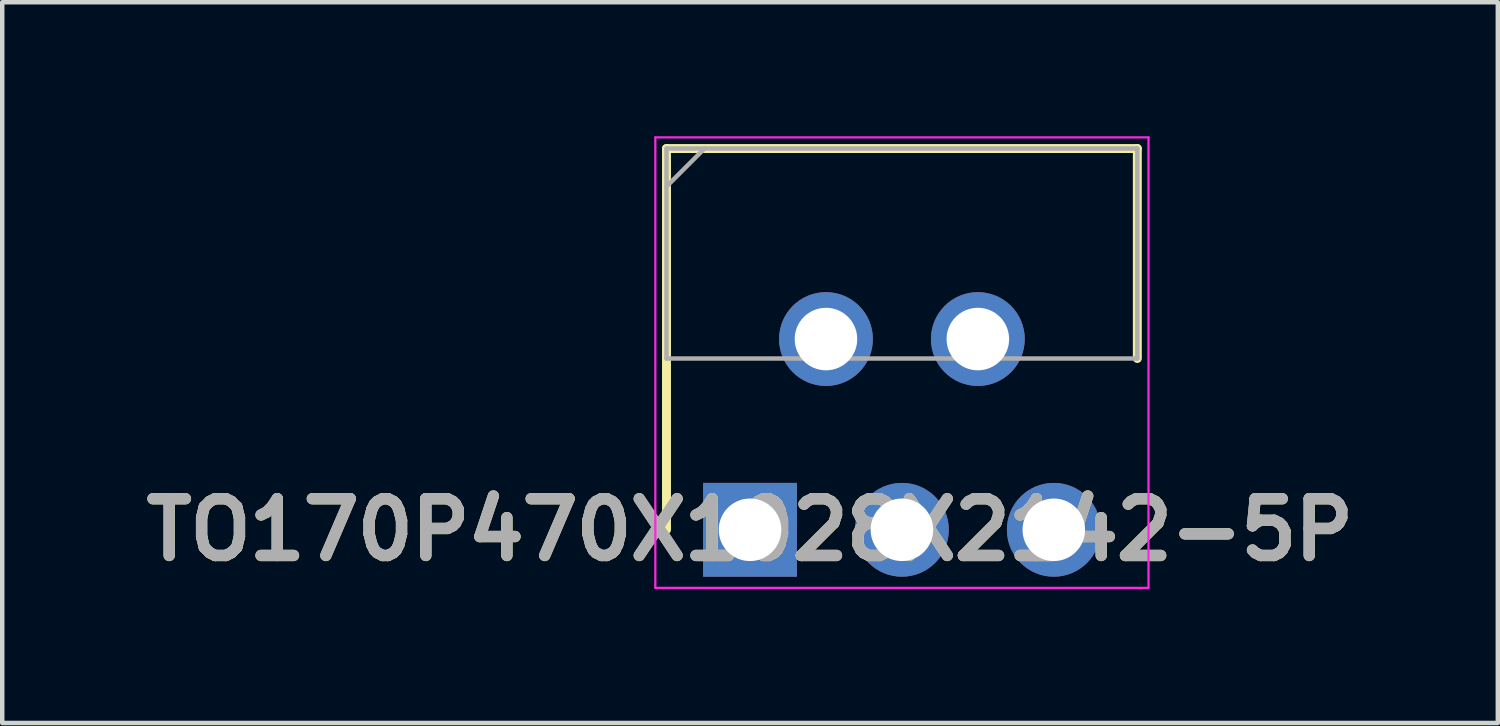
<source format=kicad_pcb>
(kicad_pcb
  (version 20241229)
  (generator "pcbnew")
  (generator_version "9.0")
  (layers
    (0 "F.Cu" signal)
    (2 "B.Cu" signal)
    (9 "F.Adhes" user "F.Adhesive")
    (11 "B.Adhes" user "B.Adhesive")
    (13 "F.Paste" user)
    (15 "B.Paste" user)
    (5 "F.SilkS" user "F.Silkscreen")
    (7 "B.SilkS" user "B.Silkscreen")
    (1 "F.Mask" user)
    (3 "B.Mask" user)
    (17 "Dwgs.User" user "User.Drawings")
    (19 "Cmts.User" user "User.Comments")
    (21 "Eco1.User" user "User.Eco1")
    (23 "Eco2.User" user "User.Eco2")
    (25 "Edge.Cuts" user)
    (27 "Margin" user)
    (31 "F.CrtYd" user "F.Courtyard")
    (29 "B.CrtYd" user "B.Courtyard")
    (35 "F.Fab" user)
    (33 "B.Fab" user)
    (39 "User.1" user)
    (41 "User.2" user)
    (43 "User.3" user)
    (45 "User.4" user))
  (footprint "TO170P470X1028X2142-5P"
    (layer "F.Cu")
    (at 13.74 8.81)
    (property "Reference" "TO170P470X1028X2142-5P" (at 0 0 0) (layer "F.SilkS") (effects (font (size 1.27 1.27) (thickness 0.254))))
    (attr through_hole)
    (fp_line (start -1.87 -8.535) (end -1.87 0) (stroke (width 0.2) (type solid)) (layer "F.SilkS"))
    (fp_line (start 8.67 -8.535) (end -1.87 -8.535) (stroke (width 0.2) (type solid)) (layer "F.SilkS"))
    (fp_line (start 8.67 -3.835) (end 8.67 -8.535) (stroke (width 0.2) (type solid)) (layer "F.SilkS"))
    (fp_line (start -2.12 -8.785) (end 8.92 -8.785) (stroke (width 0.05) (type solid)) (layer "F.CrtYd"))
    (fp_line (start -2.12 1.3) (end -2.12 -8.785) (stroke (width 0.05) (type solid)) (layer "F.CrtYd"))
    (fp_line (start 8.92 -8.785) (end 8.92 1.3) (stroke (width 0.05) (type solid)) (layer "F.CrtYd"))
    (fp_line (start 8.92 1.3) (end -2.12 1.3) (stroke (width 0.05) (type solid)) (layer "F.CrtYd"))
    (fp_line (start -1.87 -8.535) (end 8.67 -8.535) (stroke (width 0.1) (type solid)) (layer "F.Fab"))
    (fp_line (start -1.87 -7.685) (end -1.02 -8.535) (stroke (width 0.1) (type solid)) (layer "F.Fab"))
    (fp_line (start -1.87 -3.835) (end -1.87 -8.535) (stroke (width 0.1) (type solid)) (layer "F.Fab"))
    (fp_line (start 8.67 -8.535) (end 8.67 -3.835) (stroke (width 0.1) (type solid)) (layer "F.Fab"))
    (fp_line (start 8.67 -3.835) (end -1.87 -3.835) (stroke (width 0.1) (type solid)) (layer "F.Fab"))
    (fp_text user "${REFERENCE}" (at 0 0 0) (layer "F.Fab") (effects (font (size 1.27 1.27) (thickness 0.254))))
    (pad "1" thru_hole rect (at 0 0) (size 2.1 2.1) (drill 1.4) (layers "*.Cu" "*.Mask"))
    (pad "2" thru_hole circle (at 1.7 -4.27) (size 2.1 2.1) (drill 1.4) (layers "*.Cu" "*.Mask"))
    (pad "3" thru_hole circle (at 3.4 0) (size 2.1 2.1) (drill 1.4) (layers "*.Cu" "*.Mask"))
    (pad "4" thru_hole circle (at 5.1 -4.27) (size 2.1 2.1) (drill 1.4) (layers "*.Cu" "*.Mask"))
    (pad "5" thru_hole circle (at 6.8 0) (size 2.1 2.1) (drill 1.4) (layers "*.Cu" "*.Mask")))
  (gr_rect
    (start -3 -3)
    (end 30.48 13.135)
    (stroke (width 0.1) (type default))
    (fill no)
    (layer "Edge.Cuts")))
</source>
